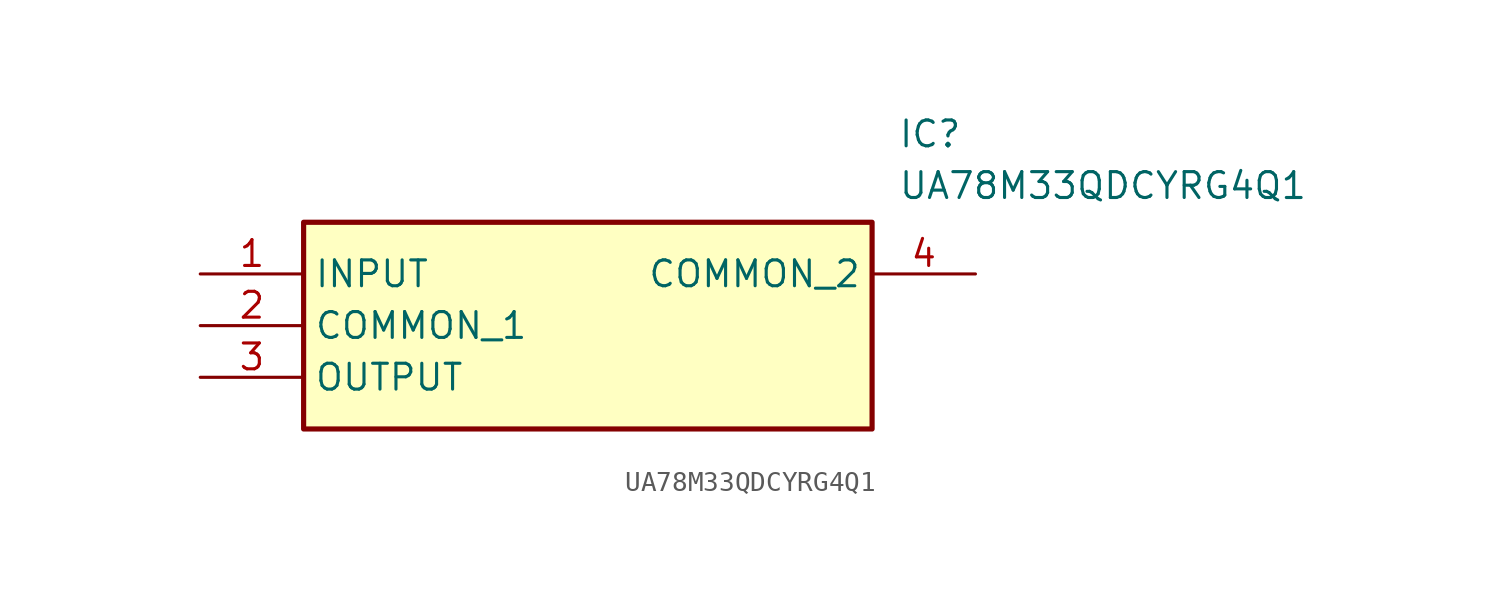
<source format=kicad_sym>
(kicad_symbol_lib
  (version 20211014)
  (generator SamacSys_ECAD_Model)
  (symbol "UA78M33QDCYRG4Q1"
    (property "Reference" "IC"
      (at 34.29 7.62 0)
      (effects (font (size 1.27 1.27)) (justify left top)))
    (property "Value" "UA78M33QDCYRG4Q1"
      (at 34.29 5.08 0)
      (effects (font (size 1.27 1.27)) (justify left top)))
    (rectangle
      (start 5.08 2.54)
      (end 33.02 -7.62)
      (stroke (width 0.254) (type default))
      (fill (type background)))
    (pin passive line
      (at 0 0 0)
      (length 5.08)
      (name "INPUT" (effects (font (size 1.27 1.27))))
      (number "1" (effects (font (size 1.27 1.27)))))
    (pin passive line
      (at 0 -2.54 0)
      (length 5.08)
      (name "COMMON_1" (effects (font (size 1.27 1.27))))
      (number "2" (effects (font (size 1.27 1.27)))))
    (pin passive line
      (at 0 -5.08 0)
      (length 5.08)
      (name "OUTPUT" (effects (font (size 1.27 1.27))))
      (number "3" (effects (font (size 1.27 1.27)))))
    (pin passive line
      (at 38.1 0 180)
      (length 5.08)
      (name "COMMON_2" (effects (font (size 1.27 1.27))))
      (number "4" (effects (font (size 1.27 1.27)))))))
</source>
